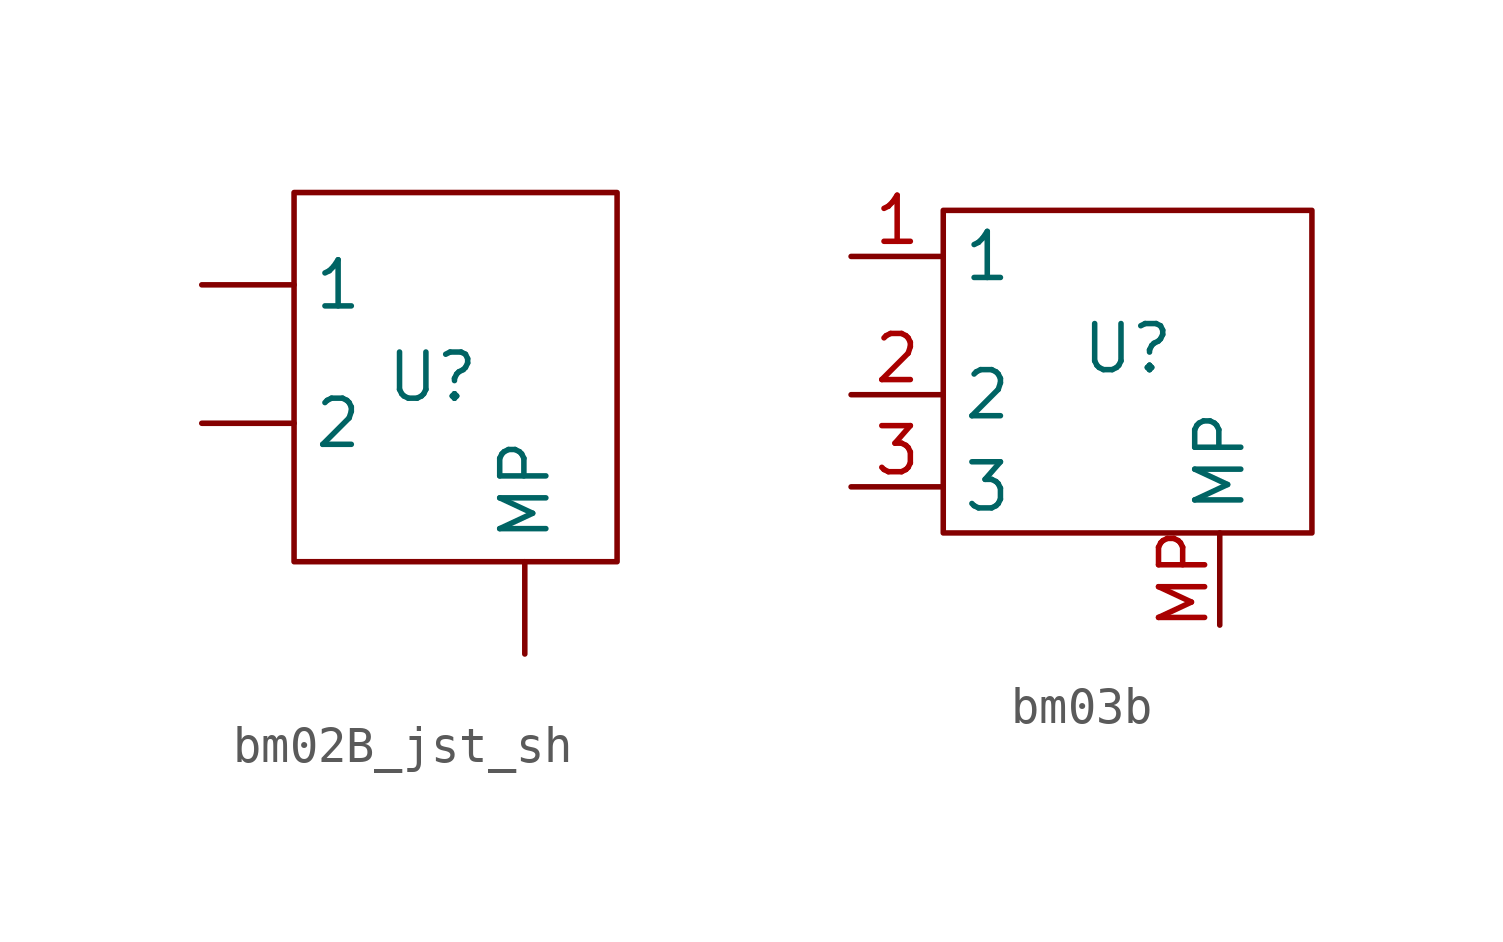
<source format=kicad_sym>
(kicad_symbol_lib
  (version 20231120)
  (generator "kicad_symbol_editor")
  (generator_version "8.0")
  (symbol "bm02B_jst_sh"
    (property "Reference" "U"
      (at 0 0 0)
      (effects (font (size 1.27 1.27))))
    (property "Value" ""
      (at 0 0 0)
      (effects (font (size 1.27 1.27))))
    (symbol "bm02B_jst_sh_0_1"
      (rectangle (start -3.81 5.08) (end 5.08 -5.08) (stroke (width 0) (type default)) (fill (type none))))
    (symbol "bm02B_jst_sh_1_1"
      (pin bidirectional line (at -6.35 2.54 0) (length 2.54) (name "1" (effects (font (size 1.27 1.27)))) (number "" (effects (font (size 1.27 1.27)))))
      (pin bidirectional line (at -6.35 -1.27 0) (length 2.54) (name "2" (effects (font (size 1.27 1.27)))) (number "" (effects (font (size 1.27 1.27)))))
      (pin bidirectional line (at 2.54 -7.62 90) (length 2.54) (name "MP" (effects (font (size 1.27 1.27)))) (number "" (effects (font (size 1.27 1.27)))))))
  (symbol "bm03b"
    (property "Reference" "U"
      (at 0 0 0)
      (effects (font (size 1.27 1.27))))
    (property "Value" ""
      (at 0 0 0)
      (effects (font (size 1.27 1.27))))
    (symbol "bm03b_0_1"
      (rectangle (start -5.08 3.81) (end 5.08 -5.08) (stroke (width 0) (type default)) (fill (type none))))
    (symbol "bm03b_1_1"
      (pin free line (at -7.62 2.54 0) (length 2.54) (name "1" (effects (font (size 1.27 1.27)))) (number "1" (effects (font (size 1.27 1.27)))))
      (pin free line (at -7.62 -1.27 0) (length 2.54) (name "2" (effects (font (size 1.27 1.27)))) (number "2" (effects (font (size 1.27 1.27)))))
      (pin free line (at -7.62 -3.81 0) (length 2.54) (name "3" (effects (font (size 1.27 1.27)))) (number "3" (effects (font (size 1.27 1.27)))))
      (pin free line (at 2.54 -7.62 90) (length 2.54) (name "MP" (effects (font (size 1.27 1.27)))) (number "MP" (effects (font (size 1.27 1.27))))))))
</source>
